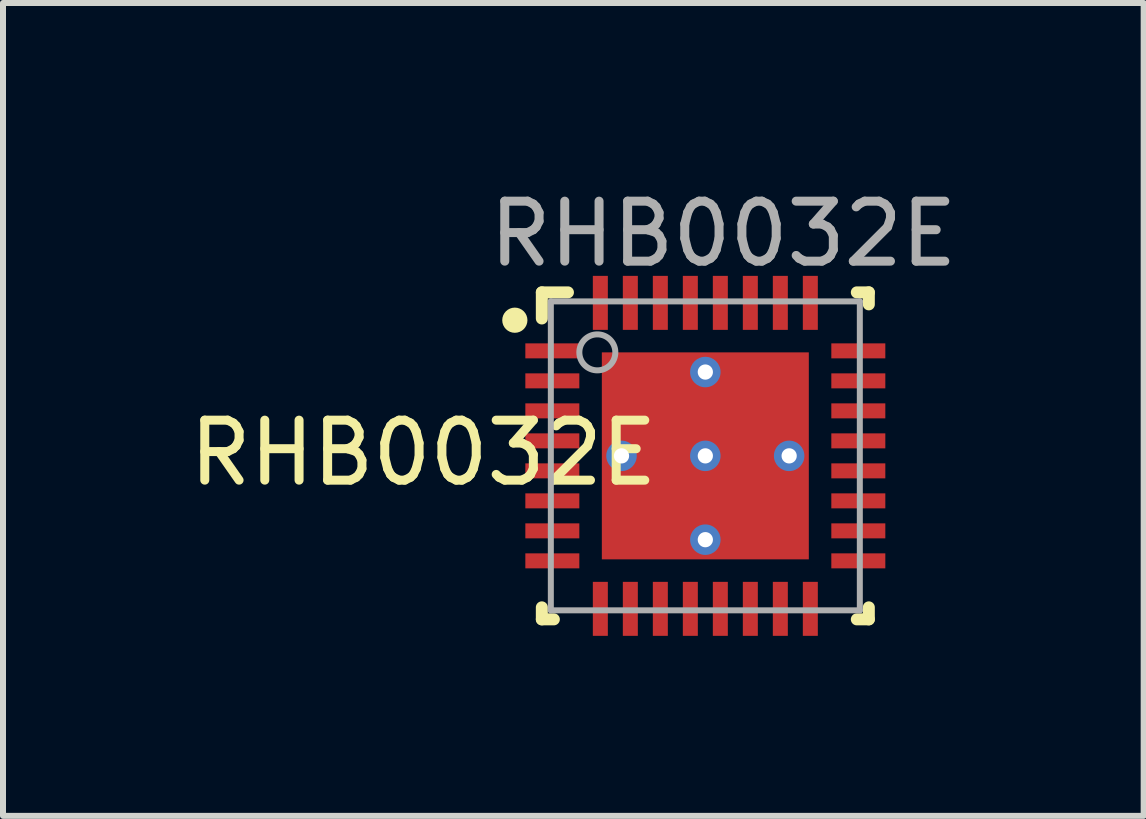
<source format=kicad_pcb>
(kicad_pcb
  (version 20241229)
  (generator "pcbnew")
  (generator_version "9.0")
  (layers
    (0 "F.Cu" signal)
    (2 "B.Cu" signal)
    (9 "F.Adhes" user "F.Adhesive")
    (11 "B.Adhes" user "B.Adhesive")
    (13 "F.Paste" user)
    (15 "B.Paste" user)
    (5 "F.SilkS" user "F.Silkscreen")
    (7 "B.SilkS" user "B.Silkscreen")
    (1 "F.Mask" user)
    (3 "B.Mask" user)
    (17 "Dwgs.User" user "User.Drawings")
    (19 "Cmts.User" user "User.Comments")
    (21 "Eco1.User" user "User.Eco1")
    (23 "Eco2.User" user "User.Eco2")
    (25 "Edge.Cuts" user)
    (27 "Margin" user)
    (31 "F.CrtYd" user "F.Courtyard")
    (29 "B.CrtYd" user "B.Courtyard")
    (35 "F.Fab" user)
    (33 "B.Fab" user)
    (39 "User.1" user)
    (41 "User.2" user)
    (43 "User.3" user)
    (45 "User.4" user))
  (footprint "RHB0032E"
    (layer "F.Cu")
    (at 8.706 4.548)
    (property "Reference" "RHB0032E" (at -4.7 -0.05 0) (unlocked yes) (layer "F.SilkS") (effects (font (size 1 1) (thickness 0.15))))
    (attr smd)
    (fp_line (start -2.725 -2.725) (end -2.29 -2.725) (stroke (width 0.2) (type solid)) (layer "F.SilkS"))
    (fp_line (start -2.725 -2.29) (end -2.725 -2.725) (stroke (width 0.2) (type solid)) (layer "F.SilkS"))
    (fp_line (start -2.725 2.725) (end -2.725 2.525) (stroke (width 0.2) (type solid)) (layer "F.SilkS"))
    (fp_line (start -2.725 2.725) (end -2.525 2.725) (stroke (width 0.2) (type solid)) (layer "F.SilkS"))
    (fp_line (start 2.525 -2.725) (end 2.725 -2.725) (stroke (width 0.2) (type solid)) (layer "F.SilkS"))
    (fp_line (start 2.525 2.725) (end 2.725 2.725) (stroke (width 0.2) (type solid)) (layer "F.SilkS"))
    (fp_line (start 2.725 -2.525) (end 2.725 -2.725) (stroke (width 0.2) (type solid)) (layer "F.SilkS"))
    (fp_line (start 2.725 2.725) (end 2.725 2.525) (stroke (width 0.2) (type solid)) (layer "F.SilkS"))
    (fp_circle (center -3.175 -2.261) (end -3.025 -2.261) (stroke (width 0.12) (type solid)) (fill yes) (layer "F.SilkS"))
    (fp_poly (pts (xy -1.59 -0.152) (xy -1.59 -1.538) (xy -1.589 -1.548) (xy -1.586 -1.558) (xy -1.581 -1.567) (xy -1.575 -1.575) (xy -1.567 -1.581) (xy -1.558 -1.586) (xy -1.548 -1.589) (xy -1.538 -1.59) (xy -0.152 -1.59) (xy -0.142 -1.589) (xy -0.132 -1.586) (xy -0.123 -1.581) (xy -0.115 -1.575) (xy -0.109 -1.567) (xy -0.104 -1.558) (xy -0.101 -1.548) (xy -0.1 -1.538) (xy -0.1 -0.152) (xy -0.101 -0.142) (xy -0.104 -0.132) (xy -0.109 -0.123) (xy -0.115 -0.115) (xy -0.123 -0.109) (xy -0.132 -0.104) (xy -0.142 -0.101) (xy -0.152 -0.1) (xy -1.538 -0.1) (xy -1.548 -0.101) (xy -1.558 -0.104) (xy -1.567 -0.109) (xy -1.575 -0.115) (xy -1.581 -0.123) (xy -1.586 -0.132) (xy -1.589 -0.142)) (stroke (width 0) (type solid)) (fill yes) (layer "F.Paste"))
    (fp_poly (pts (xy -1.59 1.538) (xy -1.59 0.152) (xy -1.589 0.142) (xy -1.586 0.132) (xy -1.581 0.123) (xy -1.575 0.115) (xy -1.567 0.109) (xy -1.558 0.104) (xy -1.548 0.101) (xy -1.538 0.1) (xy -0.152 0.1) (xy -0.142 0.101) (xy -0.132 0.104) (xy -0.123 0.109) (xy -0.115 0.115) (xy -0.109 0.123) (xy -0.104 0.132) (xy -0.101 0.142) (xy -0.1 0.152) (xy -0.1 1.538) (xy -0.101 1.548) (xy -0.104 1.558) (xy -0.109 1.567) (xy -0.115 1.575) (xy -0.123 1.581) (xy -0.132 1.586) (xy -0.142 1.589) (xy -0.152 1.59) (xy -1.538 1.59) (xy -1.548 1.589) (xy -1.558 1.586) (xy -1.567 1.581) (xy -1.575 1.575) (xy -1.581 1.567) (xy -1.586 1.558) (xy -1.589 1.548)) (stroke (width 0) (type solid)) (fill yes) (layer "F.Paste"))
    (fp_poly (pts (xy 1.59 -1.538) (xy 1.59 -0.152) (xy 1.589 -0.142) (xy 1.586 -0.132) (xy 1.581 -0.123) (xy 1.575 -0.115) (xy 1.567 -0.109) (xy 1.558 -0.104) (xy 1.548 -0.101) (xy 1.538 -0.1) (xy 0.152 -0.1) (xy 0.142 -0.101) (xy 0.132 -0.104) (xy 0.123 -0.109) (xy 0.115 -0.115) (xy 0.109 -0.123) (xy 0.104 -0.132) (xy 0.101 -0.142) (xy 0.1 -0.152) (xy 0.1 -1.538) (xy 0.101 -1.548) (xy 0.104 -1.558) (xy 0.109 -1.567) (xy 0.115 -1.575) (xy 0.123 -1.581) (xy 0.132 -1.586) (xy 0.142 -1.589) (xy 0.152 -1.59) (xy 1.538 -1.59) (xy 1.548 -1.589) (xy 1.558 -1.586) (xy 1.567 -1.581) (xy 1.575 -1.575) (xy 1.581 -1.567) (xy 1.586 -1.558) (xy 1.589 -1.548)) (stroke (width 0) (type solid)) (fill yes) (layer "F.Paste"))
    (fp_poly (pts (xy 1.59 0.152) (xy 1.59 1.538) (xy 1.589 1.548) (xy 1.586 1.558) (xy 1.581 1.567) (xy 1.575 1.575) (xy 1.567 1.581) (xy 1.558 1.586) (xy 1.548 1.589) (xy 1.538 1.59) (xy 0.152 1.59) (xy 0.142 1.589) (xy 0.132 1.586) (xy 0.123 1.581) (xy 0.115 1.575) (xy 0.109 1.567) (xy 0.104 1.558) (xy 0.101 1.548) (xy 0.1 1.538) (xy 0.1 0.152) (xy 0.101 0.142) (xy 0.104 0.132) (xy 0.109 0.123) (xy 0.115 0.115) (xy 0.123 0.109) (xy 0.132 0.104) (xy 0.142 0.101) (xy 0.152 0.1) (xy 1.538 0.1) (xy 1.548 0.101) (xy 1.558 0.104) (xy 1.567 0.109) (xy 1.575 0.115) (xy 1.581 0.123) (xy 1.586 0.132) (xy 1.589 0.142)) (stroke (width 0) (type solid)) (fill yes) (layer "F.Paste"))
    (fp_line (start -2.575 -2.575) (end 2.575 -2.575) (stroke (width 0.1) (type solid)) (layer "F.Fab"))
    (fp_line (start -2.575 2.575) (end -2.575 -2.575) (stroke (width 0.1) (type solid)) (layer "F.Fab"))
    (fp_line (start -2.575 2.575) (end 2.575 2.575) (stroke (width 0.1) (type solid)) (layer "F.Fab"))
    (fp_line (start 2.575 2.575) (end 2.575 -2.575) (stroke (width 0.1) (type solid)) (layer "F.Fab"))
    (fp_circle (center -1.8 -1.725) (end -1.5 -1.725) (stroke (width 0.1) (type solid)) (fill no) (layer "F.Fab"))
    (fp_text user "${REFERENCE}" (at 0.3 -3.7 0) (unlocked yes) (layer "F.Fab") (effects (font (size 1 1) (thickness 0.15))))
    (pad "1" smd rect (at -2.55 -1.75 90) (size 0.25 0.9) (layers "F.Cu" "F.Mask" "F.Paste"))
    (pad "2" smd rect (at -2.55 -1.25 90) (size 0.25 0.9) (layers "F.Cu" "F.Mask" "F.Paste"))
    (pad "3" smd rect (at -2.55 -0.75 90) (size 0.25 0.9) (layers "F.Cu" "F.Mask" "F.Paste"))
    (pad "4" smd rect (at -2.55 -0.25 90) (size 0.25 0.9) (layers "F.Cu" "F.Mask" "F.Paste"))
    (pad "5" smd rect (at -2.55 0.25 90) (size 0.25 0.9) (layers "F.Cu" "F.Mask" "F.Paste"))
    (pad "6" smd rect (at -2.55 0.75 90) (size 0.25 0.9) (layers "F.Cu" "F.Mask" "F.Paste"))
    (pad "7" smd rect (at -2.55 1.25 90) (size 0.25 0.9) (layers "F.Cu" "F.Mask" "F.Paste"))
    (pad "8" smd rect (at -2.55 1.75 90) (size 0.25 0.9) (layers "F.Cu" "F.Mask" "F.Paste"))
    (pad "9" smd rect (at -1.75 2.55) (size 0.25 0.9) (layers "F.Cu" "F.Mask" "F.Paste"))
    (pad "10" smd rect (at -1.25 2.55) (size 0.25 0.9) (layers "F.Cu" "F.Mask" "F.Paste"))
    (pad "11" smd rect (at -0.75 2.55) (size 0.25 0.9) (layers "F.Cu" "F.Mask" "F.Paste"))
    (pad "12" smd rect (at -0.25 2.55) (size 0.25 0.9) (layers "F.Cu" "F.Mask" "F.Paste"))
    (pad "13" smd rect (at 0.25 2.55) (size 0.25 0.9) (layers "F.Cu" "F.Mask" "F.Paste"))
    (pad "14" smd rect (at 0.75 2.55) (size 0.25 0.9) (layers "F.Cu" "F.Mask" "F.Paste"))
    (pad "15" smd rect (at 1.25 2.55) (size 0.25 0.9) (layers "F.Cu" "F.Mask" "F.Paste"))
    (pad "16" smd rect (at 1.75 2.55) (size 0.25 0.9) (layers "F.Cu" "F.Mask" "F.Paste"))
    (pad "17" smd rect (at 2.55 1.75 90) (size 0.25 0.9) (layers "F.Cu" "F.Mask" "F.Paste"))
    (pad "18" smd rect (at 2.55 1.25 90) (size 0.25 0.9) (layers "F.Cu" "F.Mask" "F.Paste"))
    (pad "19" smd rect (at 2.55 0.75 90) (size 0.25 0.9) (layers "F.Cu" "F.Mask" "F.Paste"))
    (pad "20" smd rect (at 2.55 0.25 90) (size 0.25 0.9) (layers "F.Cu" "F.Mask" "F.Paste"))
    (pad "21" smd rect (at 2.55 -0.25 90) (size 0.25 0.9) (layers "F.Cu" "F.Mask" "F.Paste"))
    (pad "22" smd rect (at 2.55 -0.75 90) (size 0.25 0.9) (layers "F.Cu" "F.Mask" "F.Paste"))
    (pad "23" smd rect (at 2.55 -1.25 90) (size 0.25 0.9) (layers "F.Cu" "F.Mask" "F.Paste"))
    (pad "24" smd rect (at 2.55 -1.75 90) (size 0.25 0.9) (layers "F.Cu" "F.Mask" "F.Paste"))
    (pad "25" smd rect (at 1.75 -2.55) (size 0.25 0.9) (layers "F.Cu" "F.Mask" "F.Paste"))
    (pad "26" smd rect (at 1.25 -2.55) (size 0.25 0.9) (layers "F.Cu" "F.Mask" "F.Paste"))
    (pad "27" smd rect (at 0.75 -2.55) (size 0.25 0.9) (layers "F.Cu" "F.Mask" "F.Paste"))
    (pad "28" smd rect (at 0.25 -2.55) (size 0.25 0.9) (layers "F.Cu" "F.Mask" "F.Paste"))
    (pad "29" smd rect (at -0.25 -2.55) (size 0.25 0.9) (layers "F.Cu" "F.Mask" "F.Paste"))
    (pad "30" smd rect (at -0.75 -2.55) (size 0.25 0.9) (layers "F.Cu" "F.Mask" "F.Paste"))
    (pad "31" smd rect (at -1.25 -2.55) (size 0.25 0.9) (layers "F.Cu" "F.Mask" "F.Paste"))
    (pad "32" smd rect (at -1.75 -2.55) (size 0.25 0.9) (layers "F.Cu" "F.Mask" "F.Paste"))
    (pad "33" thru_hole circle (at -1.397 0) (size 0.508 0.508) (drill 0.254) (layers "*.Cu" "*.Mask"))
    (pad "33" thru_hole circle (at 0 -1.397) (size 0.508 0.508) (drill 0.254) (layers "*.Cu" "*.Mask"))
    (pad "33" smd rect (at 0 -0.000003) (size 3.45 3.45) (layers "F.Cu" "F.Mask"))
    (pad "33" thru_hole circle (at 0 0) (size 0.508 0.508) (drill 0.254) (layers "*.Cu" "*.Mask"))
    (pad "33" thru_hole circle (at 0 1.397) (size 0.508 0.508) (drill 0.254) (layers "*.Cu" "*.Mask"))
    (pad "33" thru_hole circle (at 1.397 0) (size 0.508 0.508) (drill 0.254) (layers "*.Cu" "*.Mask")))
  (gr_rect
    (start -3 -3)
    (end 16.012 10.548)
    (stroke (width 0.1) (type default))
    (fill no)
    (layer "Edge.Cuts")))
</source>
